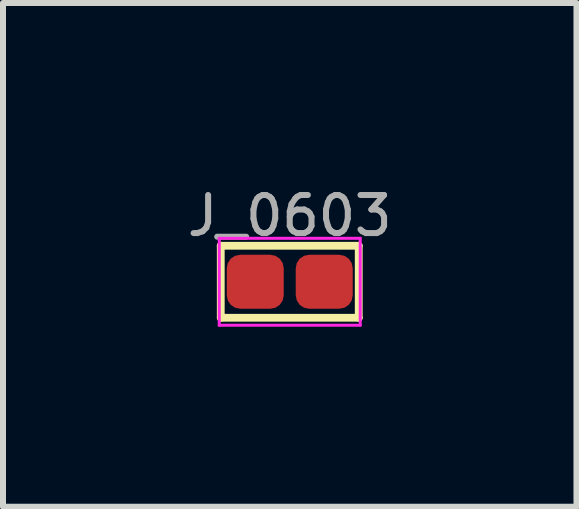
<source format=kicad_pcb>
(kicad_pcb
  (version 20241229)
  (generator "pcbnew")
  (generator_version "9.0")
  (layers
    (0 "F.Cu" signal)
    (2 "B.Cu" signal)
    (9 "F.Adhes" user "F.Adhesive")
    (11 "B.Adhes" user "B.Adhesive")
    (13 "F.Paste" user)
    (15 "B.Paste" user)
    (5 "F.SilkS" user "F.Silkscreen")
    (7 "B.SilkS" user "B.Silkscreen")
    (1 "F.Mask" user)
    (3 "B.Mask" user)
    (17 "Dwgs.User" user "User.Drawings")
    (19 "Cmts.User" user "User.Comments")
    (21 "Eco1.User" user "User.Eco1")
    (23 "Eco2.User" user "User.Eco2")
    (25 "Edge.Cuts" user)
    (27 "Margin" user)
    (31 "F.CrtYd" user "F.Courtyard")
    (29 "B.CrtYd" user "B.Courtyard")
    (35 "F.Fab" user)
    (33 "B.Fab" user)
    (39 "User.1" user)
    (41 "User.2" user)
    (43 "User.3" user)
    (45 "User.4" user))
  (footprint "J_0603"
    (layer "F.Cu")
    (at 1.78 1.647)
    (property "Reference" "J_0603" (at 0 -1.1 0) (layer "F.Fab") (effects (font (size 0.635 0.635) (thickness 0.1))))
    (attr smd)
    (fp_poly (pts (xy -0.05 -0.25) (xy 0.05 -0.25) (xy 0.05 0.25) (xy -0.05 0.25)) (stroke (width 0.15) (type solid)) (fill yes) (layer "F.Mask"))
    (fp_line (start -1.15 -0.6) (end -1.15 0.6) (stroke (width 0.13) (type solid)) (layer "F.SilkS"))
    (fp_line (start -1.15 -0.6) (end 1.15 -0.6) (stroke (width 0.13) (type solid)) (layer "F.SilkS"))
    (fp_line (start 1.15 -0.6) (end 1.15 0.6) (stroke (width 0.13) (type solid)) (layer "F.SilkS"))
    (fp_line (start 1.15 0.6) (end -1.15 0.6) (stroke (width 0.13) (type solid)) (layer "F.SilkS"))
    (fp_line (start -1.175 -0.725) (end -1.175 0.725) (stroke (width 0.05) (type solid)) (layer "F.CrtYd"))
    (fp_line (start -1.175 -0.725) (end 1.175 -0.725) (stroke (width 0.05) (type solid)) (layer "F.CrtYd"))
    (fp_line (start -1.175 0.725) (end 1.175 0.725) (stroke (width 0.05) (type solid)) (layer "F.CrtYd"))
    (fp_line (start 1.175 -0.725) (end 1.175 0.725) (stroke (width 0.05) (type solid)) (layer "F.CrtYd"))
    (pad "1" smd roundrect (at -0.575 0) (size 0.95 0.9) (layers "F.Cu" "F.Mask") (roundrect_rratio 0.25))
    (pad "2" smd roundrect (at 0.575 0) (size 0.95 0.9) (layers "F.Cu" "F.Mask") (roundrect_rratio 0.25)))
  (gr_rect
    (start -3 -3)
    (end 6.56 5.397)
    (stroke (width 0.1) (type default))
    (fill no)
    (layer "Edge.Cuts")))
</source>
